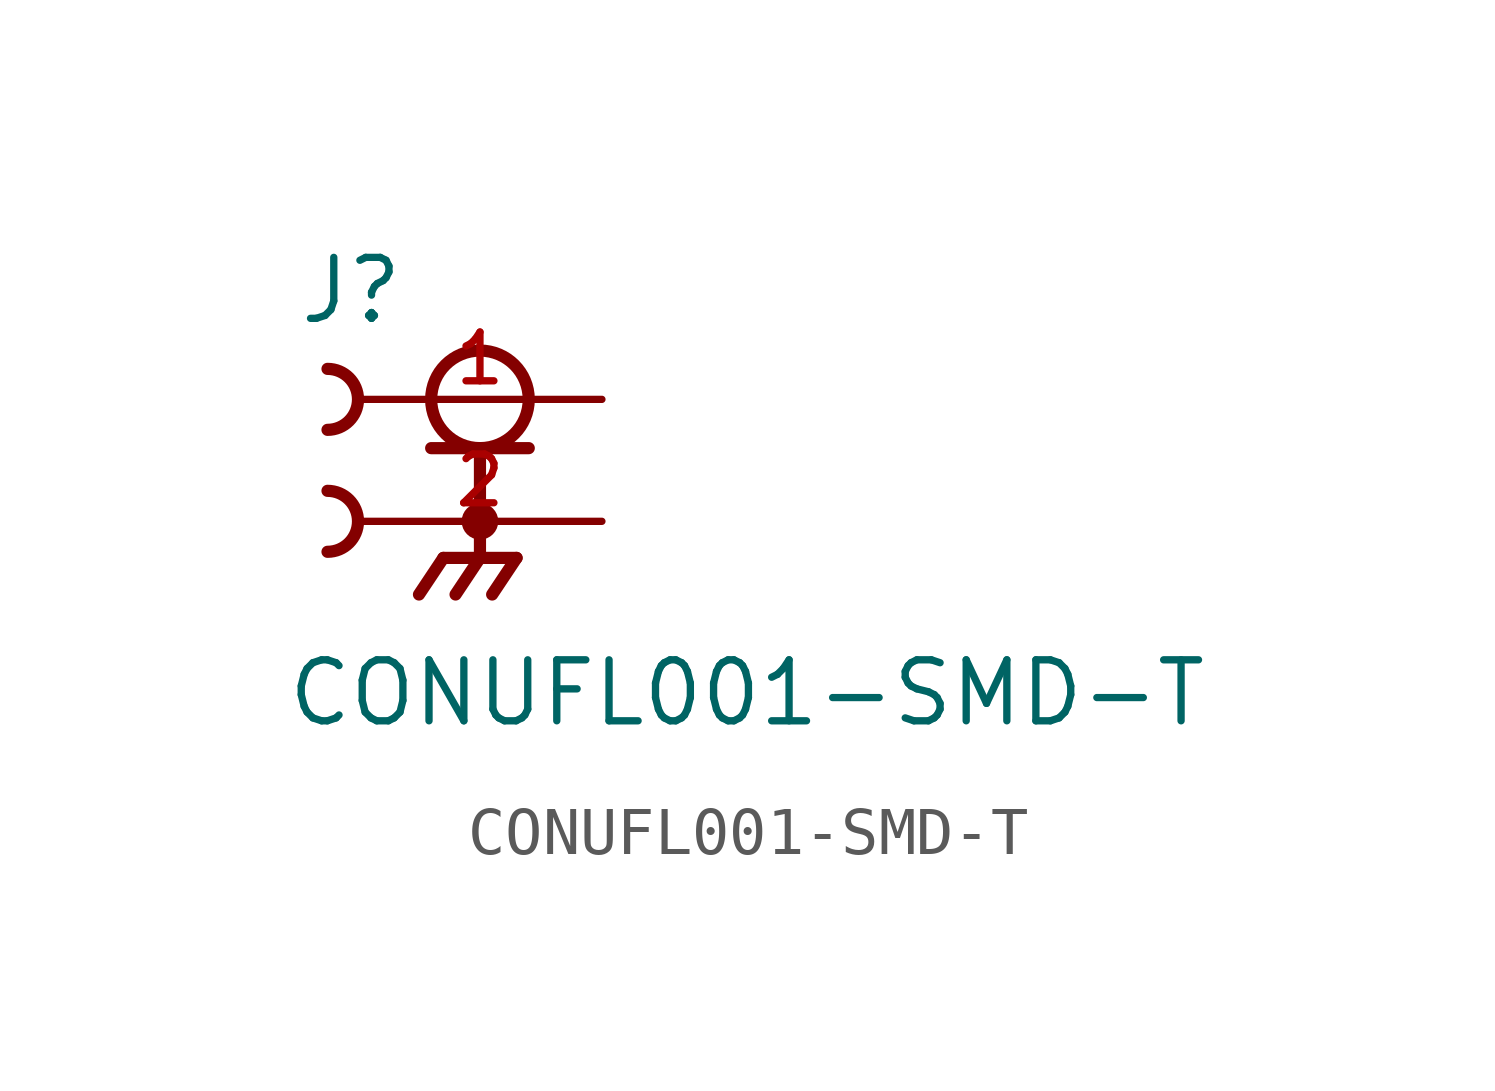
<source format=kicad_sym>
(kicad_symbol_lib
  (version 20211014)
  (generator kicad_symbol_editor)
  (symbol "CONUFL001-SMD-T"
    (pin_names
      (offset 1.016))
    (property "Reference" "J"
      (at -3.81 4.064 0)
      (effects (font (size 1.27 1.27)) (justify bottom left)))
    (property "Value" "CONUFL001-SMD-T"
      (at -4.064 -4.318 0)
      (effects (font (size 1.27 1.27)) (justify bottom left)))
    (symbol "CONUFL001-SMD-T_0_0"
      (circle (center 0.0 2.54) (radius 1.016) (stroke (width 0.254)) (fill (type none)))
      (polyline (pts (xy -1.016 1.524) (xy 0.0 1.524)) (stroke (width 0.254)))
      (polyline (pts (xy 0.0 1.524) (xy 1.016 1.524)) (stroke (width 0.254)))
      (polyline (pts (xy 0.0 1.524) (xy 0.0 -0.762)) (stroke (width 0.254)))
      (circle (center 0.0 0.0) (radius 0.254) (stroke (width 0.254)) (fill (type none)))
      (polyline (pts (xy 0.0 -0.762) (xy -0.762 -0.762)) (stroke (width 0.254)))
      (polyline (pts (xy 0.0 -0.762) (xy 0.762 -0.762)) (stroke (width 0.254)))
      (polyline (pts (xy -0.762 -0.762) (xy -1.27 -1.524)) (stroke (width 0.254)))
      (polyline (pts (xy 0.0 -0.762) (xy -0.508 -1.524)) (stroke (width 0.254)))
      (polyline (pts (xy 0.762 -0.762) (xy 0.254 -1.524)) (stroke (width 0.254)))
      (arc (start -3.175 3.175) (mid -2.54 2.54) (end -3.175 1.905) (stroke (width 0.254) (type default) (color 0 0 0 0)) (fill (type none)))
      (arc (start -3.175 0.635) (mid -2.54 -0.0) (end -3.175 -0.635) (stroke (width 0.254) (type default) (color 0 0 0 0)) (fill (type none)))
      (pin passive line (at 2.54 2.54 180.0) (length 5.08) (name "~" (effects (font (size 1.016 1.016)))) (number "1" (effects (font (size 1.016 1.016)))))
      (pin passive line (at 2.54 0.0 180.0) (length 5.08) (name "~" (effects (font (size 1.016 1.016)))) (number "2" (effects (font (size 1.016 1.016))))))))
</source>
